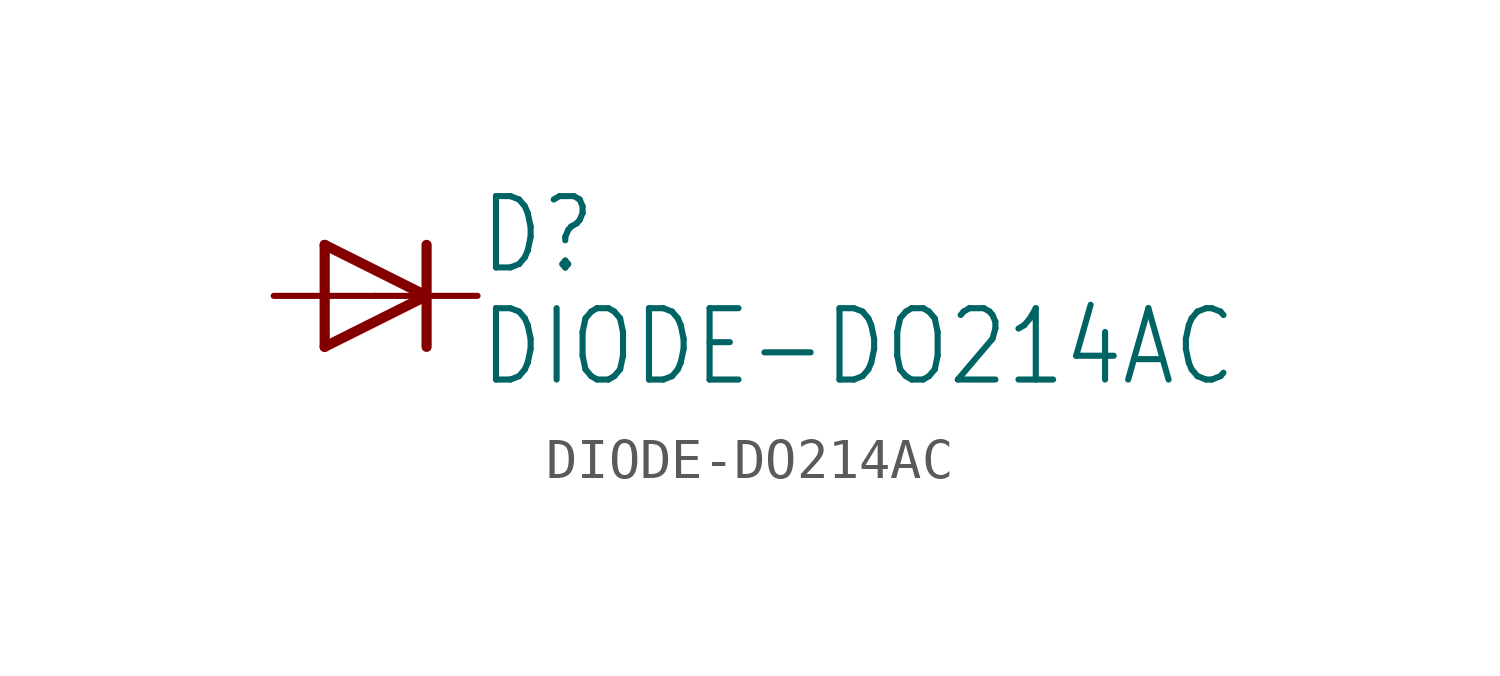
<source format=kicad_sym>
(kicad_symbol_lib
  (version 20211014)
  (generator kicad_symbol_editor)
  (symbol "DIODE-DO214AC"
    (property "Reference" "D"
      (at 2.54 0.483 0)
      (effects (font (size 1.778 1.511)) (justify left bottom)))
    (property "Value" "DIODE-DO214AC"
      (at 2.54 -2.311 0)
      (effects (font (size 1.778 1.511)) (justify left bottom)))
    (property "ki_locked" ""
      (at 0 0 0)
      (effects (font (size 1.27 1.27))))
    (symbol "DIODE-DO214AC_1_0"
      (polyline (pts (xy -1.27 -1.27) (xy 1.27 0)) (stroke (width 0.254) (type default) (color 0 0 0 0)) (fill (type none)))
      (polyline (pts (xy -1.27 1.27) (xy -1.27 -1.27)) (stroke (width 0.254) (type default) (color 0 0 0 0)) (fill (type none)))
      (polyline (pts (xy 1.27 0) (xy -1.27 1.27)) (stroke (width 0.254) (type default) (color 0 0 0 0)) (fill (type none)))
      (polyline (pts (xy 1.27 0) (xy 1.27 -1.27)) (stroke (width 0.254) (type default) (color 0 0 0 0)) (fill (type none)))
      (polyline (pts (xy 1.27 1.27) (xy 1.27 0)) (stroke (width 0.254) (type default) (color 0 0 0 0)) (fill (type none)))
      (pin passive line (at -2.54 0 0) (length 2.54) (name "A" (effects (font (size 0 0)))) (number "A" (effects (font (size 0 0)))))
      (pin passive line (at 2.54 0 180) (length 2.54) (name "C" (effects (font (size 0 0)))) (number "C" (effects (font (size 0 0))))))))
</source>
